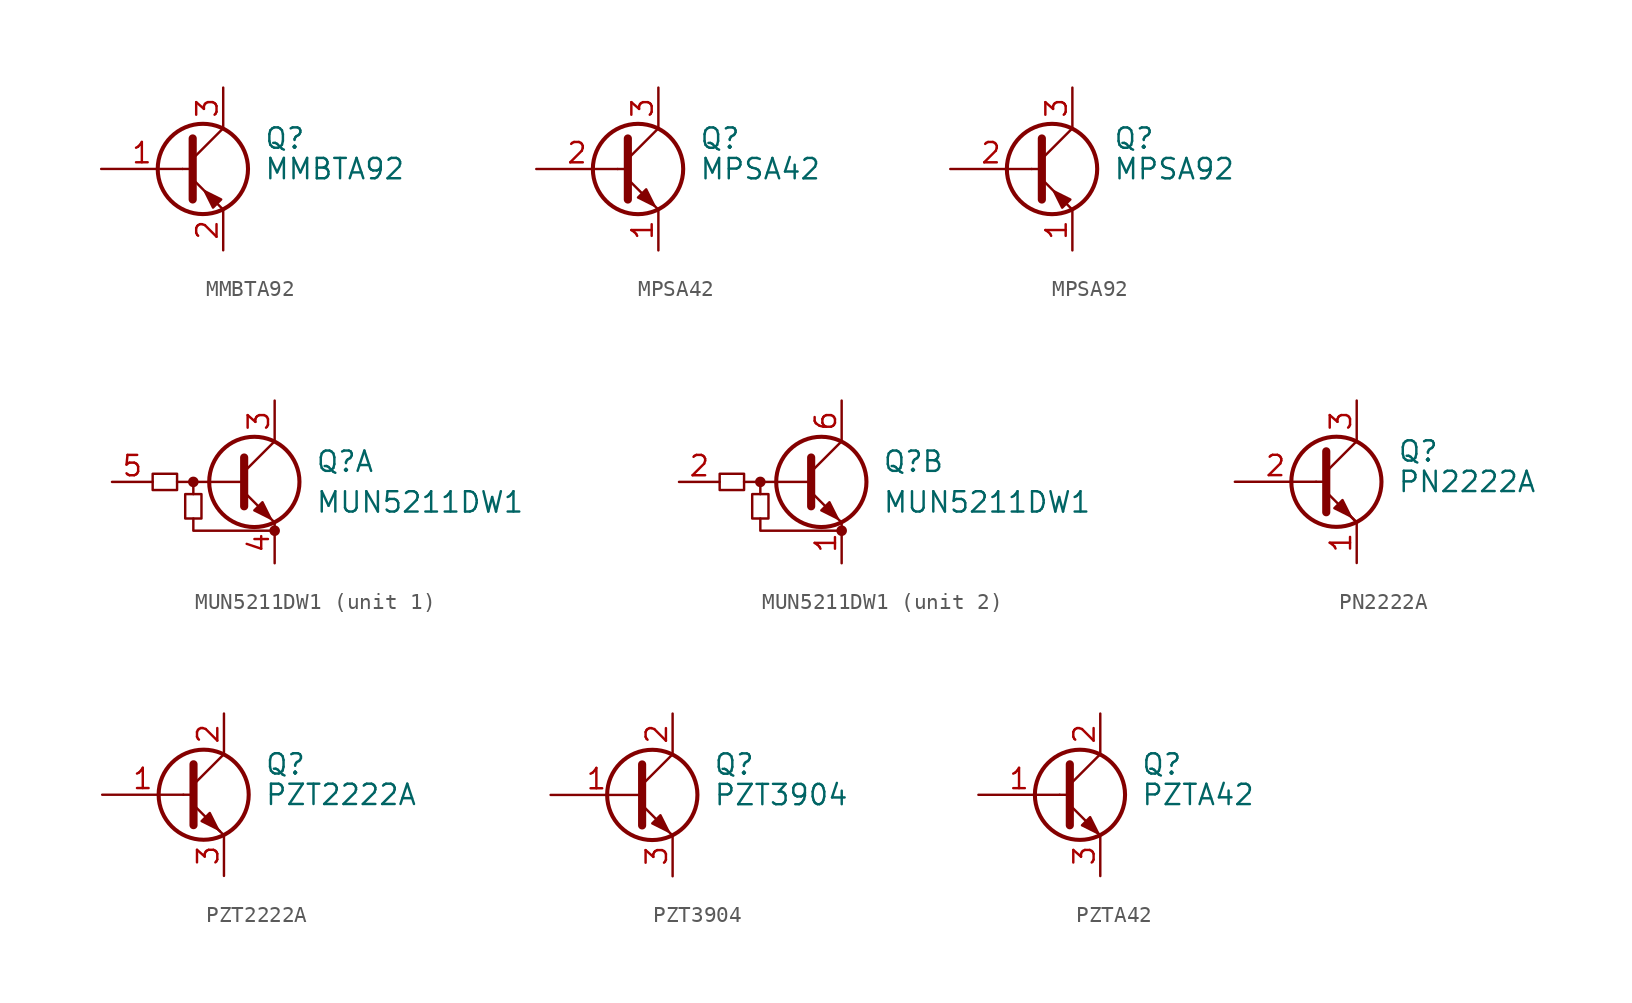
<source format=kicad_sym>
(kicad_symbol_lib
  (version 20241209)
  (generator "kicad_symbol_editor")
  (generator_version "9.0")
  (symbol "MMBTA92"
    (pin_names
      (offset 0)
      (hide yes))
    (property "Reference" "Q"
      (at 5.08 1.905 0)
      (effects (font (size 1.27 1.27)) (justify left)))
    (property "Value" "MMBTA92"
      (at 5.08 0 0)
      (effects (font (size 1.27 1.27)) (justify left)))
    (symbol "MMBTA92_0_1"
      (polyline (pts (xy 0 0) (xy 0.635 0)) (stroke (width 0) (type default)) (fill (type none)))
      (polyline (pts (xy 0.635 1.905) (xy 0.635 -1.905) (xy 0.635 -1.905)) (stroke (width 0.508) (type default)) (fill (type outline)))
      (circle (center 1.27 0) (radius 2.819) (stroke (width 0.254) (type default)) (fill (type none)))
      (polyline (pts (xy 1.905 -2.413) (xy 2.413 -1.905) (xy 1.397 -1.397) (xy 1.905 -2.413) (xy 1.905 -2.413)) (stroke (width 0) (type default)) (fill (type outline)))
      (polyline (pts (xy 2.54 2.54) (xy 0.635 0.635)) (stroke (width 0) (type default)) (fill (type none)))
      (polyline (pts (xy 2.54 -2.54) (xy 0.635 -0.635)) (stroke (width 0) (type default)) (fill (type none))))
    (symbol "MMBTA92_1_1"
      (pin input line (at -5.08 0 0) (length 5.08) (name "B" (effects (font (size 1.27 1.27)))) (number "1" (effects (font (size 1.27 1.27)))))
      (pin passive line (at 2.54 5.08 270) (length 2.54) (name "C" (effects (font (size 1.27 1.27)))) (number "3" (effects (font (size 1.27 1.27)))))
      (pin passive line (at 2.54 -5.08 90) (length 2.54) (name "E" (effects (font (size 1.27 1.27)))) (number "2" (effects (font (size 1.27 1.27)))))))
  (symbol "MPSA42"
    (pin_names
      (offset 1.016)
      (hide yes))
    (property "Reference" "Q"
      (at 5.08 1.905 0)
      (effects (font (size 1.27 1.27)) (justify left)))
    (property "Value" "MPSA42"
      (at 5.08 0 0)
      (effects (font (size 1.27 1.27)) (justify left)))
    (symbol "MPSA42_0_1"
      (polyline (pts (xy 0 0) (xy 0.635 0)) (stroke (width 0) (type default)) (fill (type none)))
      (polyline (pts (xy 0.635 1.905) (xy 0.635 -1.905) (xy 0.635 -1.905)) (stroke (width 0.508) (type default)) (fill (type none)))
      (polyline (pts (xy 0.635 0.635) (xy 2.54 2.54)) (stroke (width 0) (type default)) (fill (type none)))
      (polyline (pts (xy 0.635 -0.635) (xy 2.54 -2.54) (xy 2.54 -2.54)) (stroke (width 0) (type default)) (fill (type none)))
      (circle (center 1.27 0) (radius 2.819) (stroke (width 0.254) (type default)) (fill (type none)))
      (polyline (pts (xy 1.27 -1.778) (xy 1.778 -1.27) (xy 2.286 -2.286) (xy 1.27 -1.778) (xy 1.27 -1.778)) (stroke (width 0) (type default)) (fill (type outline))))
    (symbol "MPSA42_1_1"
      (pin input line (at -5.08 0 0) (length 5.08) (name "B" (effects (font (size 1.27 1.27)))) (number "2" (effects (font (size 1.27 1.27)))))
      (pin passive line (at 2.54 5.08 270) (length 2.54) (name "C" (effects (font (size 1.27 1.27)))) (number "3" (effects (font (size 1.27 1.27)))))
      (pin passive line (at 2.54 -5.08 90) (length 2.54) (name "E" (effects (font (size 1.27 1.27)))) (number "1" (effects (font (size 1.27 1.27)))))))
  (symbol "MPSA92"
    (pin_names
      (offset 1.016)
      (hide yes))
    (property "Reference" "Q"
      (at 5.08 1.905 0)
      (effects (font (size 1.27 1.27)) (justify left)))
    (property "Value" "MPSA92"
      (at 5.08 0 0)
      (effects (font (size 1.27 1.27)) (justify left)))
    (symbol "MPSA92_0_1"
      (polyline (pts (xy 0 0) (xy 0.635 0)) (stroke (width 0) (type default)) (fill (type none)))
      (polyline (pts (xy 0.635 1.905) (xy 0.635 -1.905) (xy 0.635 -1.905)) (stroke (width 0.508) (type default)) (fill (type outline)))
      (circle (center 1.27 0) (radius 2.819) (stroke (width 0.254) (type default)) (fill (type none)))
      (polyline (pts (xy 1.905 -2.413) (xy 2.413 -1.905) (xy 1.397 -1.397) (xy 1.905 -2.413) (xy 1.905 -2.413)) (stroke (width 0) (type default)) (fill (type outline)))
      (polyline (pts (xy 2.54 2.54) (xy 0.635 0.635)) (stroke (width 0) (type default)) (fill (type none)))
      (polyline (pts (xy 2.54 -2.54) (xy 0.635 -0.635)) (stroke (width 0) (type default)) (fill (type none))))
    (symbol "MPSA92_1_1"
      (pin input line (at -5.08 0 0) (length 5.08) (name "B" (effects (font (size 1.27 1.27)))) (number "2" (effects (font (size 1.27 1.27)))))
      (pin passive line (at 2.54 5.08 270) (length 2.54) (name "C" (effects (font (size 1.27 1.27)))) (number "3" (effects (font (size 1.27 1.27)))))
      (pin passive line (at 2.54 -5.08 90) (length 2.54) (name "E" (effects (font (size 1.27 1.27)))) (number "1" (effects (font (size 1.27 1.27)))))))
  (symbol "MUN5211DW1"
    (pin_names
      (hide yes))
    (property "Reference" "Q"
      (at 3.81 1.27 0)
      (effects (font (size 1.27 1.27)) (justify left)))
    (property "Value" "MUN5211DW1"
      (at 3.81 -1.27 0)
      (effects (font (size 1.27 1.27)) (justify left)))
    (symbol "MUN5211DW1_0_1"
      (rectangle (start -6.35 0.508) (end -4.826 -0.508) (stroke (width 0) (type default)) (fill (type none)))
      (rectangle (start -4.318 -2.286) (end -3.302 -0.762) (stroke (width 0) (type default)) (fill (type none)))
      (circle (center -3.81 0) (radius 0.254) (stroke (width 0) (type default)) (fill (type outline)))
      (polyline (pts (xy -3.81 -0.762) (xy -3.81 0)) (stroke (width 0) (type default)) (fill (type none)))
      (polyline (pts (xy -3.81 -2.286) (xy -3.81 -3.048) (xy 1.27 -3.048)) (stroke (width 0) (type default)) (fill (type none)))
      (polyline (pts (xy -0.762 0) (xy -4.826 0)) (stroke (width 0) (type default)) (fill (type none)))
      (polyline (pts (xy -0.635 1.524) (xy -0.635 -1.524)) (stroke (width 0.508) (type default)) (fill (type none)))
      (circle (center 1.27 -3.048) (radius 0.254) (stroke (width 0) (type default)) (fill (type outline))))
    (symbol "MUN5211DW1_1_1"
      (polyline (pts (xy -0.635 0.635) (xy 1.27 2.54)) (stroke (width 0) (type default)) (fill (type none)))
      (polyline (pts (xy -0.635 -0.635) (xy 1.27 -2.54) (xy 1.27 -2.54)) (stroke (width 0) (type default)) (fill (type none)))
      (circle (center 0 0) (radius 2.819) (stroke (width 0.254) (type default)) (fill (type none)))
      (polyline (pts (xy 0 -1.778) (xy 0.508 -1.27) (xy 1.016 -2.286) (xy 0 -1.778) (xy 0 -1.778)) (stroke (width 0) (type default)) (fill (type outline)))
      (pin input line (at -8.89 0 0) (length 2.54) (name "B1" (effects (font (size 1.27 1.27)))) (number "5" (effects (font (size 1.27 1.27)))))
      (pin passive line (at 1.27 5.08 270) (length 2.54) (name "C1" (effects (font (size 1.27 1.27)))) (number "3" (effects (font (size 1.27 1.27)))))
      (pin passive line (at 1.27 -5.08 90) (length 2.54) (name "E1" (effects (font (size 1.27 1.27)))) (number "4" (effects (font (size 1.27 1.27))))))
    (symbol "MUN5211DW1_2_1"
      (polyline (pts (xy -0.635 0.635) (xy 1.27 2.54)) (stroke (width 0) (type default)) (fill (type none)))
      (polyline (pts (xy -0.635 -0.635) (xy 1.27 -2.54) (xy 1.27 -2.54)) (stroke (width 0) (type default)) (fill (type none)))
      (circle (center 0 0) (radius 2.819) (stroke (width 0.254) (type default)) (fill (type none)))
      (polyline (pts (xy 0 -1.778) (xy 0.508 -1.27) (xy 1.016 -2.286) (xy 0 -1.778) (xy 0 -1.778)) (stroke (width 0) (type default)) (fill (type outline)))
      (pin input line (at -8.89 0 0) (length 2.54) (name "B2" (effects (font (size 1.27 1.27)))) (number "2" (effects (font (size 1.27 1.27)))))
      (pin passive line (at 1.27 5.08 270) (length 2.54) (name "C2" (effects (font (size 1.27 1.27)))) (number "6" (effects (font (size 1.27 1.27)))))
      (pin passive line (at 1.27 -5.08 90) (length 2.54) (name "E2" (effects (font (size 1.27 1.27)))) (number "1" (effects (font (size 1.27 1.27)))))))
  (symbol "PN2222A"
    (pin_names
      (offset 0)
      (hide yes))
    (property "Reference" "Q"
      (at 5.08 1.905 0)
      (effects (font (size 1.27 1.27)) (justify left)))
    (property "Value" "PN2222A"
      (at 5.08 0 0)
      (effects (font (size 1.27 1.27)) (justify left)))
    (symbol "PN2222A_0_1"
      (polyline (pts (xy 0 0) (xy 0.635 0)) (stroke (width 0) (type default)) (fill (type none)))
      (polyline (pts (xy 0.635 1.905) (xy 0.635 -1.905) (xy 0.635 -1.905)) (stroke (width 0.508) (type default)) (fill (type none)))
      (polyline (pts (xy 1.143 -1.651) (xy 1.651 -1.143) (xy 2.159 -2.159) (xy 1.143 -1.651) (xy 1.143 -1.651)) (stroke (width 0) (type default)) (fill (type outline)))
      (circle (center 1.27 0) (radius 2.819) (stroke (width 0.254) (type default)) (fill (type none)))
      (polyline (pts (xy 2.413 -2.413) (xy 1.905 -1.905) (xy 1.905 -1.905)) (stroke (width 0) (type default)) (fill (type none)))
      (polyline (pts (xy 2.54 2.54) (xy 0.635 0.635)) (stroke (width 0) (type default)) (fill (type none)))
      (polyline (pts (xy 2.54 -2.54) (xy 0.635 -0.635)) (stroke (width 0) (type default)) (fill (type none))))
    (symbol "PN2222A_1_1"
      (pin input line (at -5.08 0 0) (length 5.08) (name "B" (effects (font (size 1.27 1.27)))) (number "2" (effects (font (size 1.27 1.27)))))
      (pin passive line (at 2.54 5.08 270) (length 2.54) (name "C" (effects (font (size 1.27 1.27)))) (number "3" (effects (font (size 1.27 1.27)))))
      (pin passive line (at 2.54 -5.08 90) (length 2.54) (name "E" (effects (font (size 1.27 1.27)))) (number "1" (effects (font (size 1.27 1.27)))))))
  (symbol "PZT2222A"
    (pin_names
      (offset 0)
      (hide yes))
    (property "Reference" "Q"
      (at 5.08 1.905 0)
      (effects (font (size 1.27 1.27)) (justify left)))
    (property "Value" "PZT2222A"
      (at 5.08 0 0)
      (effects (font (size 1.27 1.27)) (justify left)))
    (symbol "PZT2222A_0_1"
      (polyline (pts (xy 0 0) (xy 0.635 0)) (stroke (width 0) (type default)) (fill (type none)))
      (polyline (pts (xy 0.635 1.905) (xy 0.635 -1.905) (xy 0.635 -1.905)) (stroke (width 0.508) (type default)) (fill (type none)))
      (polyline (pts (xy 1.143 -1.651) (xy 1.651 -1.143) (xy 2.159 -2.159) (xy 1.143 -1.651) (xy 1.143 -1.651)) (stroke (width 0) (type default)) (fill (type outline)))
      (circle (center 1.27 0) (radius 2.819) (stroke (width 0.254) (type default)) (fill (type none)))
      (polyline (pts (xy 2.286 -2.286) (xy 1.778 -1.778) (xy 1.778 -1.778)) (stroke (width 0) (type default)) (fill (type none)))
      (polyline (pts (xy 2.54 2.54) (xy 0.635 0.635)) (stroke (width 0) (type default)) (fill (type none)))
      (polyline (pts (xy 2.54 -2.54) (xy 0.635 -0.635)) (stroke (width 0) (type default)) (fill (type none))))
    (symbol "PZT2222A_1_1"
      (pin input line (at -5.08 0 0) (length 5.08) (name "B" (effects (font (size 1.27 1.27)))) (number "1" (effects (font (size 1.27 1.27)))))
      (pin passive line (at 2.54 5.08 270) (length 2.54) (name "C" (effects (font (size 1.27 1.27)))) (number "2" (effects (font (size 1.27 1.27)))))
      (pin passive line (at 2.54 -5.08 90) (length 2.54) (name "E" (effects (font (size 1.27 1.27)))) (number "3" (effects (font (size 1.27 1.27)))))))
  (symbol "PZT3904"
    (pin_names
      (offset 0)
      (hide yes))
    (property "Reference" "Q"
      (at 5.08 1.905 0)
      (effects (font (size 1.27 1.27)) (justify left)))
    (property "Value" "PZT3904"
      (at 5.08 0 0)
      (effects (font (size 1.27 1.27)) (justify left)))
    (symbol "PZT3904_0_1"
      (polyline (pts (xy 0.635 1.905) (xy 0.635 -1.905) (xy 0.635 -1.905)) (stroke (width 0.508) (type default)) (fill (type none)))
      (polyline (pts (xy 0.635 0.635) (xy 2.54 2.54)) (stroke (width 0) (type default)) (fill (type none)))
      (polyline (pts (xy 0.635 -0.635) (xy 2.54 -2.54) (xy 2.54 -2.54)) (stroke (width 0) (type default)) (fill (type none)))
      (circle (center 1.27 0) (radius 2.819) (stroke (width 0.254) (type default)) (fill (type none)))
      (polyline (pts (xy 1.27 -1.778) (xy 1.778 -1.27) (xy 2.286 -2.286) (xy 1.27 -1.778) (xy 1.27 -1.778)) (stroke (width 0) (type default)) (fill (type outline))))
    (symbol "PZT3904_1_1"
      (pin input line (at -5.08 0 0) (length 5.715) (name "B" (effects (font (size 1.27 1.27)))) (number "1" (effects (font (size 1.27 1.27)))))
      (pin passive line (at 2.54 5.08 270) (length 2.54) (name "C" (effects (font (size 1.27 1.27)))) (number "2" (effects (font (size 1.27 1.27)))))
      (pin passive line (at 2.54 5.08 270) (length 2.54) (hide yes) (name "C" (effects (font (size 1.27 1.27)))) (number "4" (effects (font (size 1.27 1.27)))))
      (pin passive line (at 2.54 -5.08 90) (length 2.54) (name "E" (effects (font (size 1.27 1.27)))) (number "3" (effects (font (size 1.27 1.27)))))))
  (symbol "PZTA42"
    (pin_names
      (offset 0)
      (hide yes))
    (property "Reference" "Q"
      (at 5.08 1.905 0)
      (effects (font (size 1.27 1.27)) (justify left)))
    (property "Value" "PZTA42"
      (at 5.08 0 0)
      (effects (font (size 1.27 1.27)) (justify left)))
    (symbol "PZTA42_0_1"
      (polyline (pts (xy 0 0) (xy 0.635 0)) (stroke (width 0) (type default)) (fill (type none)))
      (polyline (pts (xy 0.635 1.905) (xy 0.635 -1.905) (xy 0.635 -1.905)) (stroke (width 0.508) (type default)) (fill (type none)))
      (circle (center 1.27 0) (radius 2.819) (stroke (width 0.254) (type default)) (fill (type none)))
      (polyline (pts (xy 1.397 -1.905) (xy 1.905 -1.397) (xy 2.413 -2.413) (xy 1.397 -1.905) (xy 1.397 -1.905)) (stroke (width 0) (type default)) (fill (type outline)))
      (polyline (pts (xy 2.286 -2.286) (xy 1.778 -1.778) (xy 1.778 -1.778)) (stroke (width 0) (type default)) (fill (type none)))
      (polyline (pts (xy 2.54 2.54) (xy 0.635 0.635)) (stroke (width 0) (type default)) (fill (type none)))
      (polyline (pts (xy 2.54 -2.54) (xy 0.635 -0.635)) (stroke (width 0) (type default)) (fill (type none))))
    (symbol "PZTA42_1_1"
      (pin input line (at -5.08 0 0) (length 5.08) (name "B" (effects (font (size 1.27 1.27)))) (number "1" (effects (font (size 1.27 1.27)))))
      (pin passive line (at 2.54 5.08 270) (length 2.54) (name "C" (effects (font (size 1.27 1.27)))) (number "2" (effects (font (size 1.27 1.27)))))
      (pin passive line (at 2.54 -5.08 90) (length 2.54) (name "E" (effects (font (size 1.27 1.27)))) (number "3" (effects (font (size 1.27 1.27))))))))
</source>
